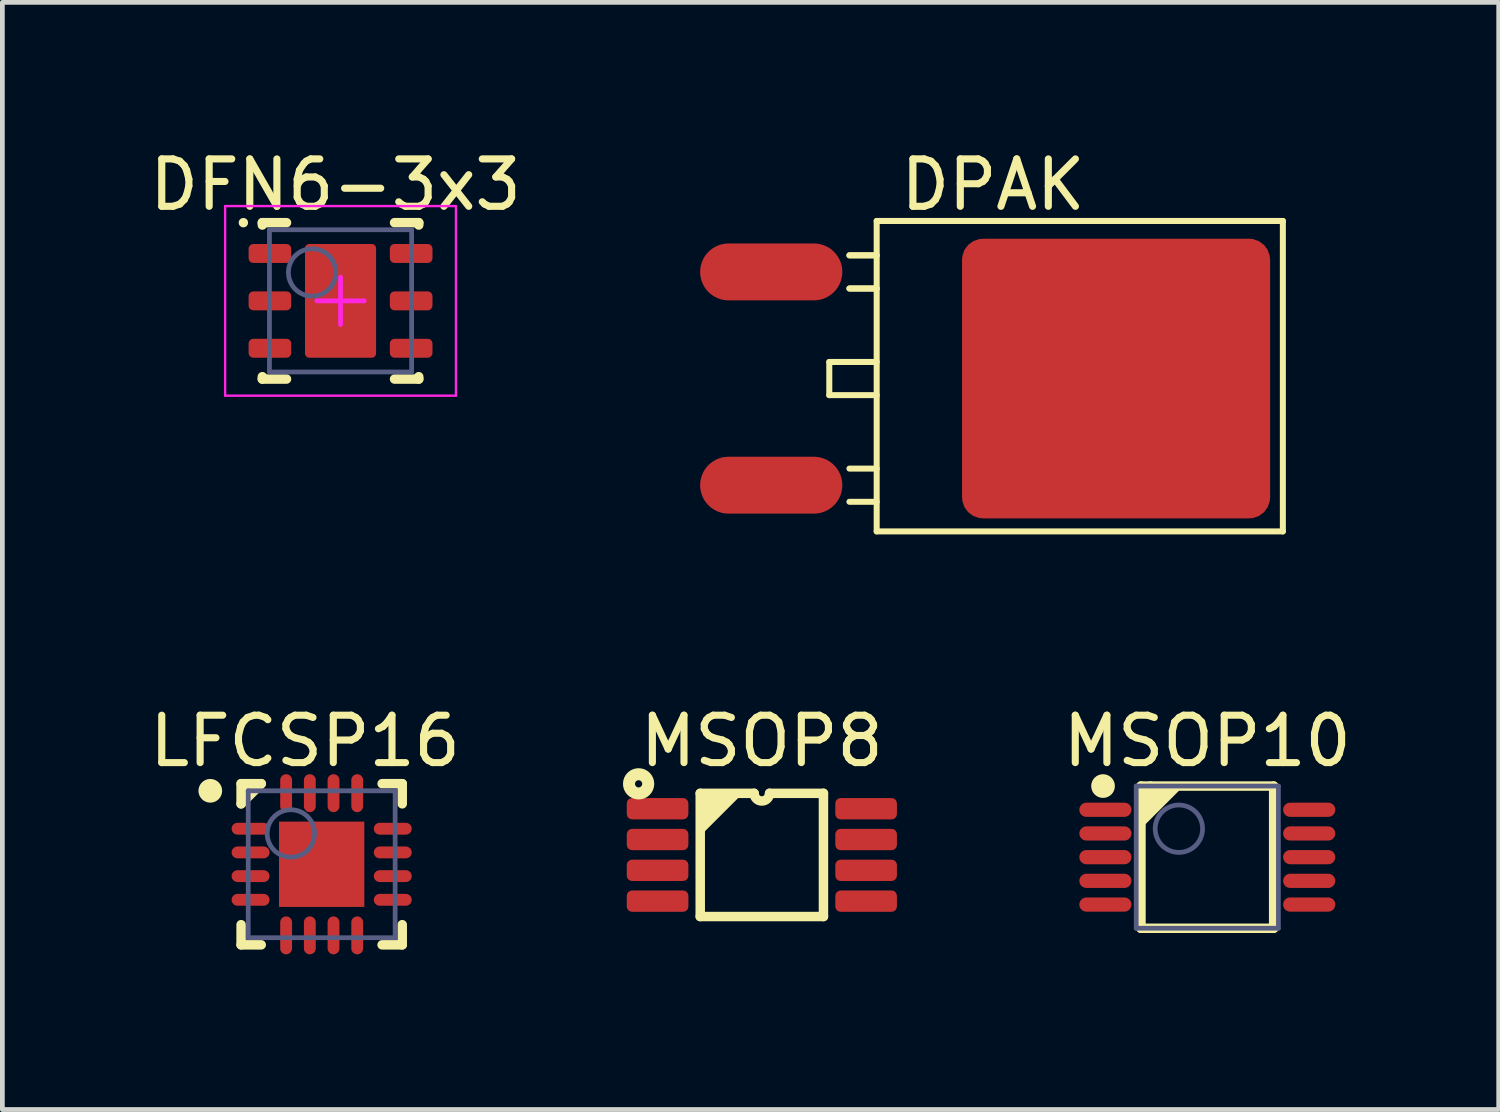
<source format=kicad_pcb>
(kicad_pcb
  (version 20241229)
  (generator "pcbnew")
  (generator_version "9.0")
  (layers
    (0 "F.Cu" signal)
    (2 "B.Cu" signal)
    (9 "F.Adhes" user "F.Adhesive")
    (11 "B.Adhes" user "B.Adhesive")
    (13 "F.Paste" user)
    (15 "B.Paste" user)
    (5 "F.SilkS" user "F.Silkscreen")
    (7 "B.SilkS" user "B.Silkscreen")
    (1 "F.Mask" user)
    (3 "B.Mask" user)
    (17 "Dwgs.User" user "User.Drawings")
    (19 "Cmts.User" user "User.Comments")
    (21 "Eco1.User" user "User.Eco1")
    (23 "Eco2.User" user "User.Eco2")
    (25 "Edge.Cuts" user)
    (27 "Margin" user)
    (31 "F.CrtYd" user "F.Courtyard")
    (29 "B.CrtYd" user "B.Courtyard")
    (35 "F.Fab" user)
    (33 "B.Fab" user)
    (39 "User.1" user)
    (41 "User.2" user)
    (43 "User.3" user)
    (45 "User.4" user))
  (footprint "DPAK"
    (layer "F.Cu")
    (at 16.86 4.937)
    (property "Reference" "DPAK" (at 1.042 -4.089 0) (layer "F.SilkS") (effects (font (size 1 1) (thickness 0.15))))
    (fp_line (start -2.413 -0.35) (end -1.413 -0.35) (stroke (width 0.127) (type solid)) (layer "F.SilkS"))
    (fp_line (start -2.413 0.35) (end -2.413 -0.35) (stroke (width 0.127) (type solid)) (layer "F.SilkS"))
    (fp_line (start -2.413 0.35) (end -1.413 0.35) (stroke (width 0.127) (type solid)) (layer "F.SilkS"))
    (fp_line (start -1.988 -2.6) (end -1.413 -2.6) (stroke (width 0.127) (type solid)) (layer "F.SilkS"))
    (fp_line (start -1.988 -2.6) (end -1.413 -2.6) (stroke (width 0.127) (type solid)) (layer "F.SilkS"))
    (fp_line (start -1.988 -1.9) (end -1.413 -1.9) (stroke (width 0.127) (type solid)) (layer "F.SilkS"))
    (fp_line (start -1.988 -1.9) (end -1.413 -1.9) (stroke (width 0.127) (type solid)) (layer "F.SilkS"))
    (fp_line (start -1.988 1.9) (end -1.413 1.9) (stroke (width 0.127) (type solid)) (layer "F.SilkS"))
    (fp_line (start -1.988 2.6) (end -1.413 2.6) (stroke (width 0.127) (type solid)) (layer "F.SilkS"))
    (fp_line (start -1.413 3.225) (end -1.413 -3.325) (stroke (width 0.127) (type solid)) (layer "F.SilkS"))
    (fp_line (start -1.413 3.225) (end 7.157 3.225) (stroke (width 0.127) (type solid)) (layer "F.SilkS"))
    (fp_line (start -1.413 -3.325) (end 7.157 -3.325) (stroke (width 0.127) (type solid)) (layer "F.SilkS"))
    (fp_line (start 7.157 3.225) (end 7.157 -3.325) (stroke (width 0.127) (type solid)) (layer "F.SilkS"))
    (fp_line (start -5.75 -3.75) (end 7.75 -3.75) (stroke (width 0.1) (type solid)) (layer "Eco2.User"))
    (fp_line (start -5.75 3.75) (end -5.75 -3.75) (stroke (width 0.1) (type solid)) (layer "Eco2.User"))
    (fp_line (start -5.75 3.75) (end 7.75 3.75) (stroke (width 0.1) (type solid)) (layer "Eco2.User"))
    (fp_line (start 7.75 3.75) (end 7.75 -3.75) (stroke (width 0.1) (type solid)) (layer "Eco2.User"))
    (fp_circle (center 0 0) (end 0 -0.2) (stroke (width 0.4) (type solid)) (fill no) (layer "Eco2.User"))
    (pad "1" smd oval (at -3.638 -2.25 270) (size 1.2 3) (layers "F.Cu" "F.Mask" "F.Paste"))
    (pad "2" smd roundrect (at 3.638 0) (size 6.5 5.9) (layers "F.Cu" "F.Mask" "F.Paste") (roundrect_rratio 0.075))
    (pad "3" smd oval (at -3.638 2.25 90) (size 1.2 3) (layers "F.Cu" "F.Mask" "F.Paste")))
  (footprint "LFCSP16"
    (layer "F.Cu")
    (at 3.737 15.185)
    (property "Reference" "LFCSP16" (at -0.35 -2.6 0) (layer "F.SilkS") (effects (font (size 1 1) (thickness 0.15))))
    (fp_line (start -1.7 -1.7) (end -1.275 -1.7) (stroke (width 0.2) (type solid)) (layer "F.SilkS"))
    (fp_line (start -1.7 -1.275) (end -1.7 -1.7) (stroke (width 0.2) (type solid)) (layer "F.SilkS"))
    (fp_line (start -1.7 -1.275) (end -1.275 -1.7) (stroke (width 0.2) (type solid)) (layer "F.SilkS"))
    (fp_line (start -1.7 1.7) (end -1.7 1.275) (stroke (width 0.2) (type solid)) (layer "F.SilkS"))
    (fp_line (start -1.7 1.7) (end -1.275 1.7) (stroke (width 0.2) (type solid)) (layer "F.SilkS"))
    (fp_line (start 1.275 -1.7) (end 1.7 -1.7) (stroke (width 0.2) (type solid)) (layer "F.SilkS"))
    (fp_line (start 1.275 1.7) (end 1.7 1.7) (stroke (width 0.2) (type solid)) (layer "F.SilkS"))
    (fp_line (start 1.7 -1.275) (end 1.7 -1.7) (stroke (width 0.2) (type solid)) (layer "F.SilkS"))
    (fp_line (start 1.7 1.7) (end 1.7 1.275) (stroke (width 0.2) (type solid)) (layer "F.SilkS"))
    (fp_rect (start -1.7 -1.488) (end -1.488 -1.7) (stroke (width 0) (type default)) (fill yes) (layer "F.SilkS"))
    (fp_circle (center -2.35 -1.55) (end -2.35 -1.675) (stroke (width 0.25) (type solid)) (fill no) (layer "F.SilkS"))
    (fp_line (start -2.15 -2.15) (end 2.15 -2.15) (stroke (width 0.05) (type solid)) (layer "Eco2.User"))
    (fp_line (start -2.15 2.15) (end -2.15 -2.15) (stroke (width 0.05) (type solid)) (layer "Eco2.User"))
    (fp_line (start -2.15 2.15) (end 2.15 2.15) (stroke (width 0.05) (type solid)) (layer "Eco2.User"))
    (fp_line (start -0.5 0) (end 0.5 0) (stroke (width 0.1) (type solid)) (layer "Eco2.User"))
    (fp_line (start 0 0.5) (end 0 -0.5) (stroke (width 0.1) (type solid)) (layer "Eco2.User"))
    (fp_line (start 2.15 2.15) (end 2.15 -2.15) (stroke (width 0.05) (type solid)) (layer "Eco2.User"))
    (fp_line (start -1.55 -1.55) (end 1.55 -1.55) (stroke (width 0.1) (type solid)) (layer "B.Fab"))
    (fp_line (start -1.55 1.55) (end -1.55 -1.55) (stroke (width 0.1) (type solid)) (layer "B.Fab"))
    (fp_line (start -1.55 1.55) (end 1.55 1.55) (stroke (width 0.1) (type solid)) (layer "B.Fab"))
    (fp_line (start 1.55 1.55) (end 1.55 -1.55) (stroke (width 0.1) (type solid)) (layer "B.Fab"))
    (fp_circle (center -0.65 -0.65) (end -0.65 -1.15) (stroke (width 0.1) (type solid)) (fill no) (layer "B.Fab"))
    (pad "1" smd oval (at -1.5 -0.75 90) (size 0.25 0.8) (layers "F.Cu" "F.Mask" "F.Paste"))
    (pad "2" smd oval (at -1.5 -0.25 90) (size 0.25 0.8) (layers "F.Cu" "F.Mask" "F.Paste"))
    (pad "3" smd oval (at -1.5 0.25 90) (size 0.25 0.8) (layers "F.Cu" "F.Mask" "F.Paste"))
    (pad "4" smd oval (at -1.5 0.75 90) (size 0.25 0.8) (layers "F.Cu" "F.Mask" "F.Paste"))
    (pad "5" smd oval (at -0.75 1.5) (size 0.25 0.8) (layers "F.Cu" "F.Mask" "F.Paste"))
    (pad "6" smd oval (at -0.25 1.5) (size 0.25 0.8) (layers "F.Cu" "F.Mask" "F.Paste"))
    (pad "7" smd oval (at 0.25 1.5) (size 0.25 0.8) (layers "F.Cu" "F.Mask" "F.Paste"))
    (pad "8" smd oval (at 0.75 1.5) (size 0.25 0.8) (layers "F.Cu" "F.Mask" "F.Paste"))
    (pad "9" smd oval (at 1.5 0.75 90) (size 0.25 0.8) (layers "F.Cu" "F.Mask" "F.Paste"))
    (pad "10" smd oval (at 1.5 0.25 90) (size 0.25 0.8) (layers "F.Cu" "F.Mask" "F.Paste"))
    (pad "11" smd oval (at 1.5 -0.25 90) (size 0.25 0.8) (layers "F.Cu" "F.Mask" "F.Paste"))
    (pad "12" smd oval (at 1.5 -0.75 90) (size 0.25 0.8) (layers "F.Cu" "F.Mask" "F.Paste"))
    (pad "13" smd oval (at 0.75 -1.5) (size 0.25 0.8) (layers "F.Cu" "F.Mask" "F.Paste"))
    (pad "14" smd oval (at 0.25 -1.5) (size 0.25 0.8) (layers "F.Cu" "F.Mask" "F.Paste"))
    (pad "15" smd oval (at -0.25 -1.5) (size 0.25 0.8) (layers "F.Cu" "F.Mask" "F.Paste"))
    (pad "16" smd oval (at -0.75 -1.5) (size 0.25 0.8) (layers "F.Cu" "F.Mask" "F.Paste"))
    (pad "17" smd rect (at 0 0) (size 1.8 1.8) (layers "F.Cu" "F.Mask" "F.Paste")))
  (footprint "DFN6-3x3"
    (layer "F.Cu")
    (at 4.135 3.298)
    (property "Reference" "DFN6-3x3" (at -0.105 -2.45 0) (layer "F.SilkS") (effects (font (size 1 1) (thickness 0.15))))
    (fp_line (start -1.65 -1.65) (end -1.14 -1.65) (stroke (width 0.2) (type solid)) (layer "F.SilkS"))
    (fp_line (start -1.65 -1.6) (end -1.65 -1.65) (stroke (width 0.2) (type solid)) (layer "F.SilkS"))
    (fp_line (start -1.65 1.65) (end -1.65 1.6) (stroke (width 0.2) (type solid)) (layer "F.SilkS"))
    (fp_line (start -1.65 1.65) (end -1.14 1.65) (stroke (width 0.2) (type solid)) (layer "F.SilkS"))
    (fp_line (start 1.14 -1.65) (end 1.65 -1.65) (stroke (width 0.2) (type solid)) (layer "F.SilkS"))
    (fp_line (start 1.14 1.65) (end 1.65 1.65) (stroke (width 0.2) (type solid)) (layer "F.SilkS"))
    (fp_line (start 1.65 -1.6) (end 1.65 -1.65) (stroke (width 0.2) (type solid)) (layer "F.SilkS"))
    (fp_line (start 1.65 1.65) (end 1.65 1.6) (stroke (width 0.2) (type solid)) (layer "F.SilkS"))
    (fp_circle (center -2.05 -1.65) (end -2.05 -1.7) (stroke (width 0.1) (type solid)) (fill no) (layer "F.SilkS"))
    (fp_line (start -2.435 -2) (end 2.435 -2) (stroke (width 0.05) (type solid)) (layer "F.CrtYd"))
    (fp_line (start -2.435 2) (end -2.435 -2) (stroke (width 0.05) (type solid)) (layer "F.CrtYd"))
    (fp_line (start -2.435 2) (end 2.435 2) (stroke (width 0.05) (type solid)) (layer "F.CrtYd"))
    (fp_line (start -0.5 0) (end 0.5 0) (stroke (width 0.1) (type solid)) (layer "F.CrtYd"))
    (fp_line (start 0 0.5) (end 0 -0.5) (stroke (width 0.1) (type solid)) (layer "F.CrtYd"))
    (fp_line (start 2.435 2) (end 2.435 -2) (stroke (width 0.05) (type solid)) (layer "F.CrtYd"))
    (fp_line (start -1.5 -1.5) (end 1.5 -1.5) (stroke (width 0.1) (type solid)) (layer "B.Fab"))
    (fp_line (start -1.5 1.5) (end -1.5 -1.5) (stroke (width 0.1) (type solid)) (layer "B.Fab"))
    (fp_line (start -1.5 1.5) (end 1.5 1.5) (stroke (width 0.1) (type solid)) (layer "B.Fab"))
    (fp_line (start 1.5 1.5) (end 1.5 -1.5) (stroke (width 0.1) (type solid)) (layer "B.Fab"))
    (fp_circle (center -0.6 -0.6) (end -0.6 -1.1) (stroke (width 0.1) (type solid)) (fill no) (layer "B.Fab"))
    (pad "1" smd roundrect (at -1.49 -1 90) (size 0.4 0.9) (layers "F.Cu" "F.Mask" "F.Paste") (roundrect_rratio 0.25))
    (pad "2" smd roundrect (at -1.49 0 90) (size 0.4 0.9) (layers "F.Cu" "F.Mask" "F.Paste") (roundrect_rratio 0.25))
    (pad "3" smd roundrect (at -1.49 1 90) (size 0.4 0.9) (layers "F.Cu" "F.Mask" "F.Paste") (roundrect_rratio 0.25))
    (pad "4" smd roundrect (at 1.49 1 90) (size 0.4 0.9) (layers "F.Cu" "F.Mask" "F.Paste") (roundrect_rratio 0.25))
    (pad "5" smd roundrect (at 1.49 0 90) (size 0.4 0.9) (layers "F.Cu" "F.Mask" "F.Paste") (roundrect_rratio 0.25))
    (pad "6" smd roundrect (at 1.49 -1 90) (size 0.4 0.9) (layers "F.Cu" "F.Mask" "F.Paste") (roundrect_rratio 0.25))
    (pad "7" smd roundrect (at 0 0 90) (size 2.4 1.5) (layers "F.Cu" "F.Mask" "F.Paste") (roundrect_rratio 0.06)))
  (footprint "MSOP8"
    (layer "F.Cu")
    (at 13.024 14.988)
    (property "Reference" "MSOP8" (at 0 -2.403 0) (layer "F.SilkS") (effects (font (size 1 1) (thickness 0.15))))
    (fp_line (start -1.3 -1.3) (end -0.163 -1.3) (stroke (width 0.2) (type solid)) (layer "F.SilkS"))
    (fp_line (start -1.3 1.3) (end -1.3 -1.3) (stroke (width 0.2) (type solid)) (layer "F.SilkS"))
    (fp_line (start -1.3 1.3) (end 1.3 1.3) (stroke (width 0.2) (type solid)) (layer "F.SilkS"))
    (fp_line (start 0.163 -1.3) (end 1.3 -1.3) (stroke (width 0.2) (type solid)) (layer "F.SilkS"))
    (fp_line (start 1.3 1.3) (end 1.3 -1.3) (stroke (width 0.2) (type solid)) (layer "F.SilkS"))
    (fp_arc (start 0.1625 -1.3) (mid 0 -1.1375) (end -0.1625 -1.3) (stroke (width 0.2) (type solid)) (layer "F.SilkS"))
    (fp_circle (center -2.6 -1.5) (end -2.6 -1.576) (stroke (width 0.254) (type solid)) (fill no) (layer "F.SilkS"))
    (fp_poly (pts (xy -0.4 -1.3) (xy -1.3 -0.4) (xy -1.3 -1.3)) (stroke (width 0) (type default)) (fill yes) (layer "F.SilkS"))
    (fp_line (start -3.2 -1.7) (end 0 -1.7) (stroke (width 0.1) (type solid)) (layer "Eco2.User"))
    (fp_line (start -3.2 1.7) (end -3.2 -1.7) (stroke (width 0.1) (type solid)) (layer "Eco2.User"))
    (fp_line (start -3.2 1.7) (end 3.2 1.7) (stroke (width 0.1) (type solid)) (layer "Eco2.User"))
    (fp_line (start 0 -1.7) (end 3.2 -1.7) (stroke (width 0.1) (type solid)) (layer "Eco2.User"))
    (fp_line (start 3.2 1.7) (end 3.2 -1.7) (stroke (width 0.1) (type solid)) (layer "Eco2.User"))
    (fp_circle (center 0 0) (end 0 -0.07) (stroke (width 0.254) (type solid)) (fill no) (layer "Eco2.User"))
    (pad "1" smd roundrect (at -2.2 -0.975) (size 1.3 0.45) (layers "F.Cu" "F.Mask" "F.Paste") (roundrect_rratio 0.25))
    (pad "2" smd roundrect (at -2.2 -0.325) (size 1.3 0.45) (layers "F.Cu" "F.Mask" "F.Paste") (roundrect_rratio 0.25))
    (pad "3" smd roundrect (at -2.2 0.325) (size 1.3 0.45) (layers "F.Cu" "F.Mask" "F.Paste") (roundrect_rratio 0.25))
    (pad "4" smd roundrect (at -2.2 0.975) (size 1.3 0.45) (layers "F.Cu" "F.Mask" "F.Paste") (roundrect_rratio 0.25))
    (pad "5" smd roundrect (at 2.2 0.975) (size 1.3 0.45) (layers "F.Cu" "F.Mask" "F.Paste") (roundrect_rratio 0.25))
    (pad "6" smd roundrect (at 2.2 0.325) (size 1.3 0.45) (layers "F.Cu" "F.Mask" "F.Paste") (roundrect_rratio 0.25))
    (pad "7" smd roundrect (at 2.2 -0.325) (size 1.3 0.45) (layers "F.Cu" "F.Mask" "F.Paste") (roundrect_rratio 0.25))
    (pad "8" smd roundrect (at 2.2 -0.975) (size 1.3 0.45) (layers "F.Cu" "F.Mask" "F.Paste") (roundrect_rratio 0.25)))
  (footprint "MSOP10"
    (layer "F.Cu")
    (at 22.423 15.035)
    (property "Reference" "MSOP10" (at 0 -2.45 0) (layer "F.SilkS") (effects (font (size 1 1) (thickness 0.15))))
    (fp_line (start -1.4 -1.5) (end -1.2 -1.5) (stroke (width 0.2) (type solid)) (layer "F.SilkS"))
    (fp_line (start -1.4 1.5) (end -1.4 -1.5) (stroke (width 0.2) (type solid)) (layer "F.SilkS"))
    (fp_line (start -1.4 1.5) (end 1.4 1.5) (stroke (width 0.2) (type solid)) (layer "F.SilkS"))
    (fp_line (start -1.2 -1.5) (end 1.4 -1.5) (stroke (width 0.2) (type solid)) (layer "F.SilkS"))
    (fp_line (start 1.4 1.5) (end 1.4 -1.5) (stroke (width 0.2) (type solid)) (layer "F.SilkS"))
    (fp_circle (center -2.2 -1.5) (end -2.2 -1.625) (stroke (width 0.25) (type solid)) (fill no) (layer "F.SilkS"))
    (fp_poly (pts (xy -0.5 -1.5) (xy -1.4 -0.6) (xy -1.4 -1.5)) (stroke (width 0) (type default)) (fill yes) (layer "F.SilkS"))
    (fp_line (start -2.9 -1.6) (end 2.9 -1.6) (stroke (width 0.05) (type solid)) (layer "Eco2.User"))
    (fp_line (start -2.9 1.6) (end -2.9 -1.6) (stroke (width 0.05) (type solid)) (layer "Eco2.User"))
    (fp_line (start -2.9 1.6) (end 2.9 1.6) (stroke (width 0.05) (type solid)) (layer "Eco2.User"))
    (fp_line (start -0.5 0) (end 0.5 0) (stroke (width 0.1) (type solid)) (layer "Eco2.User"))
    (fp_line (start 0 0.5) (end 0 -0.5) (stroke (width 0.1) (type solid)) (layer "Eco2.User"))
    (fp_line (start 2.9 1.6) (end 2.9 -1.6) (stroke (width 0.05) (type solid)) (layer "Eco2.User"))
    (fp_line (start -1.5 -1.5) (end 1.5 -1.5) (stroke (width 0.1) (type solid)) (layer "B.Fab"))
    (fp_line (start -1.5 1.5) (end -1.5 -1.5) (stroke (width 0.1) (type solid)) (layer "B.Fab"))
    (fp_line (start -1.5 1.5) (end 1.5 1.5) (stroke (width 0.1) (type solid)) (layer "B.Fab"))
    (fp_line (start 1.5 1.5) (end 1.5 -1.5) (stroke (width 0.1) (type solid)) (layer "B.Fab"))
    (fp_circle (center -0.6 -0.6) (end -0.6 -1.1) (stroke (width 0.1) (type solid)) (fill no) (layer "B.Fab"))
    (pad "1" smd oval (at -2.15 -1 90) (size 0.3 1.1) (layers "F.Cu" "F.Mask" "F.Paste"))
    (pad "2" smd oval (at -2.15 -0.5 90) (size 0.3 1.1) (layers "F.Cu" "F.Mask" "F.Paste"))
    (pad "3" smd oval (at -2.15 0 90) (size 0.3 1.1) (layers "F.Cu" "F.Mask" "F.Paste"))
    (pad "4" smd oval (at -2.15 0.5 90) (size 0.3 1.1) (layers "F.Cu" "F.Mask" "F.Paste"))
    (pad "5" smd oval (at -2.15 1 90) (size 0.3 1.1) (layers "F.Cu" "F.Mask" "F.Paste"))
    (pad "6" smd oval (at 2.15 1 90) (size 0.3 1.1) (layers "F.Cu" "F.Mask" "F.Paste"))
    (pad "7" smd oval (at 2.15 0.5 90) (size 0.3 1.1) (layers "F.Cu" "F.Mask" "F.Paste"))
    (pad "8" smd oval (at 2.15 0 90) (size 0.3 1.1) (layers "F.Cu" "F.Mask" "F.Paste"))
    (pad "9" smd oval (at 2.15 -0.5 90) (size 0.3 1.1) (layers "F.Cu" "F.Mask" "F.Paste"))
    (pad "10" smd oval (at 2.15 -1 90) (size 0.3 1.1) (layers "F.Cu" "F.Mask" "F.Paste")))
  (gr_rect
    (start -3 -3)
    (end 28.571 20.36)
    (stroke (width 0.1) (type default))
    (fill no)
    (layer "Edge.Cuts")))
</source>
